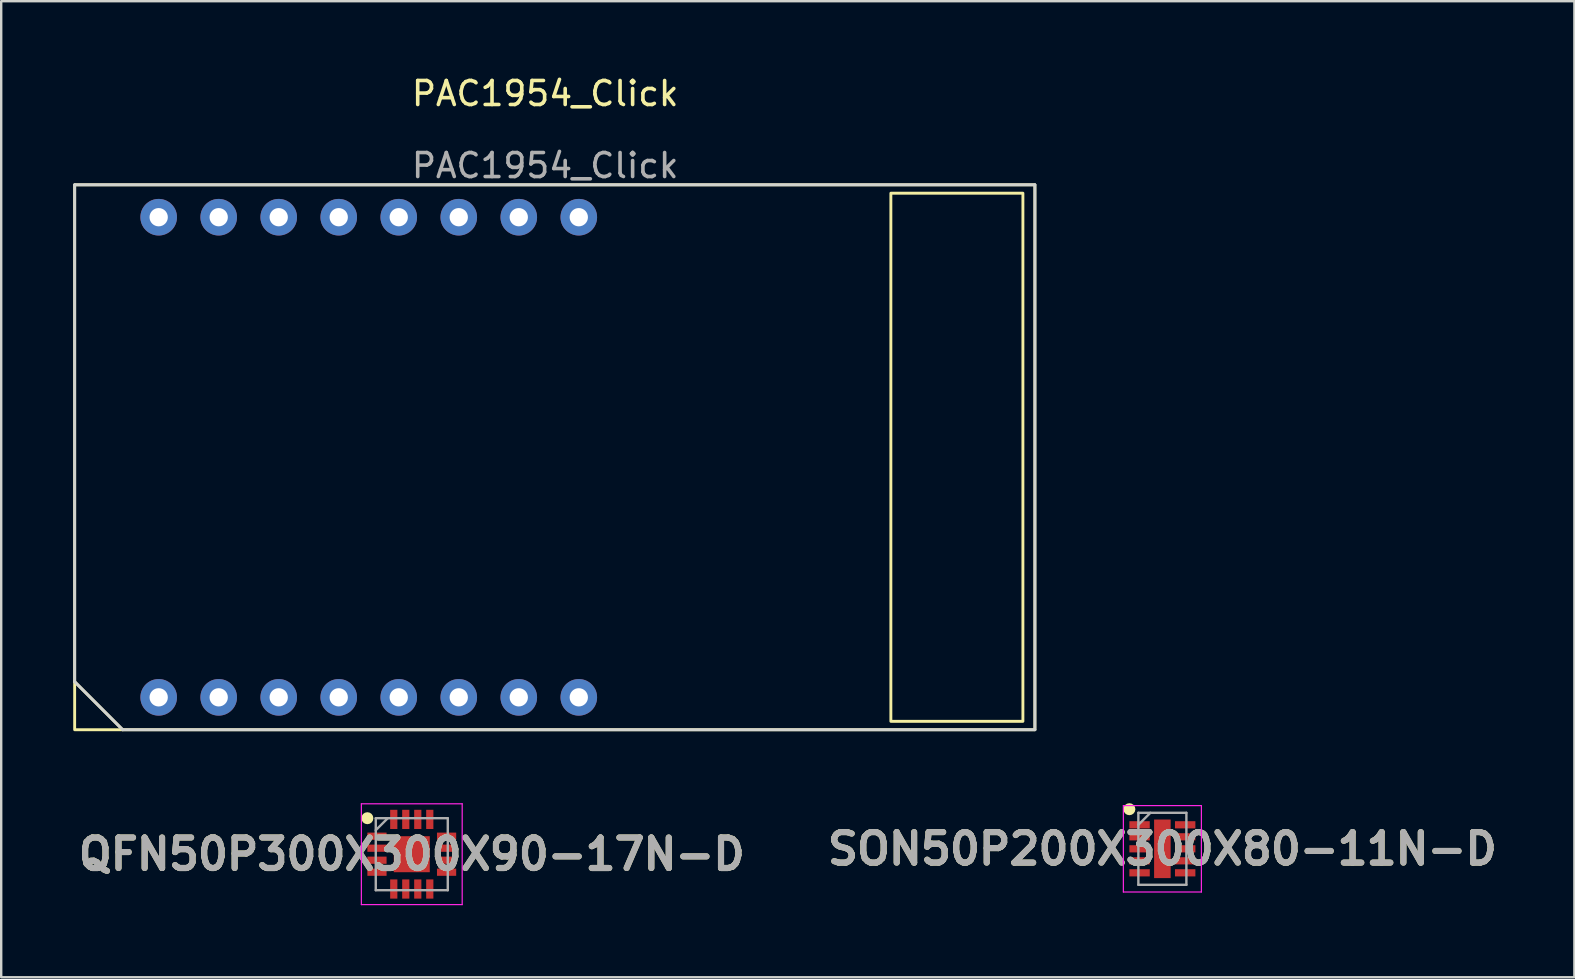
<source format=kicad_pcb>
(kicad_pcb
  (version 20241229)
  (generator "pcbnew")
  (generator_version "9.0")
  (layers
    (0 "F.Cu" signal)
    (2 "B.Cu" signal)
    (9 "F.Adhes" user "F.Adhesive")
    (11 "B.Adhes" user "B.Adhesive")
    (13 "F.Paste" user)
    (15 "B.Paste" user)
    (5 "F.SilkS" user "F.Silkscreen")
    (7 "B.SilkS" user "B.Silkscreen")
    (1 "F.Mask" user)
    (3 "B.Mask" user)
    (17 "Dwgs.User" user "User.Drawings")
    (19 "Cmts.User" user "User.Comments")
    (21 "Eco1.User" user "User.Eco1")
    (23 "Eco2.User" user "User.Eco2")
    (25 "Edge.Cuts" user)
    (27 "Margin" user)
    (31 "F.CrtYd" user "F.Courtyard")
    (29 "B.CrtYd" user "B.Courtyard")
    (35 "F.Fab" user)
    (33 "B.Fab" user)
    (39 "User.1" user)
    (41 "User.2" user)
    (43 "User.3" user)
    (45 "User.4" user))
  (footprint "SON50P200X300X80-11N-D"
    (layer "F.Cu")
    (at 45.37 32.308)
    (property "Reference" "SON50P200X300X80-11N-D" (at 0 0 0) (layer "F.SilkS") (effects (font (size 1.27 1.27) (thickness 0.254))))
    (attr smd)
    (fp_circle (center -1.375 -1.65) (end -1.375 -1.525) (stroke (width 0.25) (type solid)) (fill no) (layer "F.SilkS"))
    (fp_line (start -1.625 -1.8) (end 1.625 -1.8) (stroke (width 0.05) (type solid)) (layer "F.CrtYd"))
    (fp_line (start -1.625 1.8) (end -1.625 -1.8) (stroke (width 0.05) (type solid)) (layer "F.CrtYd"))
    (fp_line (start 1.625 -1.8) (end 1.625 1.8) (stroke (width 0.05) (type solid)) (layer "F.CrtYd"))
    (fp_line (start 1.625 1.8) (end -1.625 1.8) (stroke (width 0.05) (type solid)) (layer "F.CrtYd"))
    (fp_line (start -1 -1.5) (end 1 -1.5) (stroke (width 0.1) (type solid)) (layer "F.Fab"))
    (fp_line (start -1 -1) (end -0.5 -1.5) (stroke (width 0.1) (type solid)) (layer "F.Fab"))
    (fp_line (start -1 1.5) (end -1 -1.5) (stroke (width 0.1) (type solid)) (layer "F.Fab"))
    (fp_line (start 1 -1.5) (end 1 1.5) (stroke (width 0.1) (type solid)) (layer "F.Fab"))
    (fp_line (start 1 1.5) (end -1 1.5) (stroke (width 0.1) (type solid)) (layer "F.Fab"))
    (fp_text user "${REFERENCE}" (at 0 0 0) (layer "F.Fab") (effects (font (size 1.27 1.27) (thickness 0.254))))
    (pad "1" smd rect (at -0.95 -1 90) (size 0.3 0.85) (layers "F.Cu" "F.Mask" "F.Paste"))
    (pad "2" smd rect (at -0.95 -0.5 90) (size 0.3 0.85) (layers "F.Cu" "F.Mask" "F.Paste"))
    (pad "3" smd rect (at -0.95 0 90) (size 0.3 0.85) (layers "F.Cu" "F.Mask" "F.Paste"))
    (pad "4" smd rect (at -0.95 0.5 90) (size 0.3 0.85) (layers "F.Cu" "F.Mask" "F.Paste"))
    (pad "5" smd rect (at -0.95 1 90) (size 0.3 0.85) (layers "F.Cu" "F.Mask" "F.Paste"))
    (pad "6" smd rect (at 0.95 1 90) (size 0.3 0.85) (layers "F.Cu" "F.Mask" "F.Paste"))
    (pad "7" smd rect (at 0.95 0.5 90) (size 0.3 0.85) (layers "F.Cu" "F.Mask" "F.Paste"))
    (pad "8" smd rect (at 0.95 0 90) (size 0.3 0.85) (layers "F.Cu" "F.Mask" "F.Paste"))
    (pad "9" smd rect (at 0.95 -0.5 90) (size 0.3 0.85) (layers "F.Cu" "F.Mask" "F.Paste"))
    (pad "10" smd rect (at 0.95 -1 90) (size 0.3 0.85) (layers "F.Cu" "F.Mask" "F.Paste"))
    (pad "11" smd rect (at 0 0) (size 0.69 2.44) (layers "F.Cu" "F.Mask" "F.Paste")))
  (footprint "PAC1954_Click"
    (layer "F.Cu")
    (at 3.56 25.998)
    (property "Reference" "PAC1954_Click" (at 16.1 -25.15 0) (unlocked yes) (layer "F.SilkS") (effects (font (size 1 1) (thickness 0.15))))
    (attr through_hole)
    (fp_line (start -3.5 -0.65) (end -1.5 1.35) (stroke (width 0.12) (type default)) (layer "F.SilkS"))
    (fp_rect (start -3.5 -21.35) (end 36.5 1.35) (stroke (width 0.12) (type default)) (fill no) (layer "F.SilkS"))
    (fp_rect (start 30.5 -21) (end 36 1) (stroke (width 0.12) (type default)) (fill no) (layer "F.SilkS"))
    (fp_line (start -3.5 -21.35) (end 36.5 -21.35) (stroke (width 0.12) (type default)) (layer "Edge.Cuts"))
    (fp_line (start -3.5 -0.65) (end -3.5 -21.35) (stroke (width 0.12) (type default)) (layer "Edge.Cuts"))
    (fp_line (start -1.5 1.35) (end -3.5 -0.65) (stroke (width 0.12) (type default)) (layer "Edge.Cuts"))
    (fp_line (start 36.5 -21.35) (end 36.5 1.35) (stroke (width 0.12) (type default)) (layer "Edge.Cuts"))
    (fp_line (start 36.5 1.35) (end -1.5 1.35) (stroke (width 0.12) (type default)) (layer "Edge.Cuts"))
    (fp_text user "${REFERENCE}" (at 16.1 -22.15 0) (unlocked yes) (layer "F.Fab") (effects (font (size 1 1) (thickness 0.15))))
    (pad "1" thru_hole circle (at 0 0) (size 1.524 1.524) (drill 0.762) (layers "*.Cu" "*.Mask"))
    (pad "2" thru_hole circle (at 2.5 0) (size 1.524 1.524) (drill 0.762) (layers "*.Cu" "*.Mask"))
    (pad "3" thru_hole circle (at 5 0) (size 1.524 1.524) (drill 0.762) (layers "*.Cu" "*.Mask"))
    (pad "4" thru_hole circle (at 7.5 0) (size 1.524 1.524) (drill 0.762) (layers "*.Cu" "*.Mask"))
    (pad "5" thru_hole circle (at 10 0) (size 1.524 1.524) (drill 0.762) (layers "*.Cu" "*.Mask"))
    (pad "6" thru_hole circle (at 12.5 0) (size 1.524 1.524) (drill 0.762) (layers "*.Cu" "*.Mask"))
    (pad "7" thru_hole circle (at 15 0) (size 1.524 1.524) (drill 0.762) (layers "*.Cu" "*.Mask"))
    (pad "8" thru_hole circle (at 17.5 0) (size 1.524 1.524) (drill 0.762) (layers "*.Cu" "*.Mask"))
    (pad "9" thru_hole circle (at 17.5 -20) (size 1.524 1.524) (drill 0.762) (layers "*.Cu" "*.Mask"))
    (pad "10" thru_hole circle (at 15 -20) (size 1.524 1.524) (drill 0.762) (layers "*.Cu" "*.Mask"))
    (pad "11" thru_hole circle (at 12.5 -20) (size 1.524 1.524) (drill 0.762) (layers "*.Cu" "*.Mask"))
    (pad "12" thru_hole circle (at 10 -20) (size 1.524 1.524) (drill 0.762) (layers "*.Cu" "*.Mask"))
    (pad "13" thru_hole circle (at 7.5 -20) (size 1.524 1.524) (drill 0.762) (layers "*.Cu" "*.Mask"))
    (pad "14" thru_hole circle (at 5 -20) (size 1.524 1.524) (drill 0.762) (layers "*.Cu" "*.Mask"))
    (pad "15" thru_hole circle (at 2.5 -20) (size 1.524 1.524) (drill 0.762) (layers "*.Cu" "*.Mask"))
    (pad "16" thru_hole circle (at 0 -20) (size 1.524 1.524) (drill 0.762) (layers "*.Cu" "*.Mask")))
  (footprint "QFN50P300X300X90-17N-D"
    (layer "F.Cu")
    (at 14.103 32.533)
    (property "Reference" "QFN50P300X300X90-17N-D" (at 0 0 0) (layer "F.SilkS") (effects (font (size 1.27 1.27) (thickness 0.254))))
    (attr smd)
    (fp_circle (center -1.85 -1.5) (end -1.85 -1.375) (stroke (width 0.25) (type solid)) (fill no) (layer "F.SilkS"))
    (fp_line (start -2.1 -2.1) (end 2.1 -2.1) (stroke (width 0.05) (type solid)) (layer "F.CrtYd"))
    (fp_line (start -2.1 2.1) (end -2.1 -2.1) (stroke (width 0.05) (type solid)) (layer "F.CrtYd"))
    (fp_line (start 2.1 -2.1) (end 2.1 2.1) (stroke (width 0.05) (type solid)) (layer "F.CrtYd"))
    (fp_line (start 2.1 2.1) (end -2.1 2.1) (stroke (width 0.05) (type solid)) (layer "F.CrtYd"))
    (fp_line (start -1.5 -1.5) (end 1.5 -1.5) (stroke (width 0.1) (type solid)) (layer "F.Fab"))
    (fp_line (start -1.5 -1) (end -1 -1.5) (stroke (width 0.1) (type solid)) (layer "F.Fab"))
    (fp_line (start -1.5 1.5) (end -1.5 -1.5) (stroke (width 0.1) (type solid)) (layer "F.Fab"))
    (fp_line (start 1.5 -1.5) (end 1.5 1.5) (stroke (width 0.1) (type solid)) (layer "F.Fab"))
    (fp_line (start 1.5 1.5) (end -1.5 1.5) (stroke (width 0.1) (type solid)) (layer "F.Fab"))
    (fp_text user "${REFERENCE}" (at 0 0 0) (layer "F.Fab") (effects (font (size 1.27 1.27) (thickness 0.254))))
    (pad "1" smd rect (at -1.45 -0.75 90) (size 0.3 0.8) (layers "F.Cu" "F.Mask" "F.Paste"))
    (pad "2" smd rect (at -1.45 -0.25 90) (size 0.3 0.8) (layers "F.Cu" "F.Mask" "F.Paste"))
    (pad "3" smd rect (at -1.45 0.25 90) (size 0.3 0.8) (layers "F.Cu" "F.Mask" "F.Paste"))
    (pad "4" smd rect (at -1.45 0.75 90) (size 0.3 0.8) (layers "F.Cu" "F.Mask" "F.Paste"))
    (pad "5" smd rect (at -0.75 1.45) (size 0.3 0.8) (layers "F.Cu" "F.Mask" "F.Paste"))
    (pad "6" smd rect (at -0.25 1.45) (size 0.3 0.8) (layers "F.Cu" "F.Mask" "F.Paste"))
    (pad "7" smd rect (at 0.25 1.45) (size 0.3 0.8) (layers "F.Cu" "F.Mask" "F.Paste"))
    (pad "8" smd rect (at 0.75 1.45) (size 0.3 0.8) (layers "F.Cu" "F.Mask" "F.Paste"))
    (pad "9" smd rect (at 1.45 0.75 90) (size 0.3 0.8) (layers "F.Cu" "F.Mask" "F.Paste"))
    (pad "10" smd rect (at 1.45 0.25 90) (size 0.3 0.8) (layers "F.Cu" "F.Mask" "F.Paste"))
    (pad "11" smd rect (at 1.45 -0.25 90) (size 0.3 0.8) (layers "F.Cu" "F.Mask" "F.Paste"))
    (pad "12" smd rect (at 1.45 -0.75 90) (size 0.3 0.8) (layers "F.Cu" "F.Mask" "F.Paste"))
    (pad "13" smd rect (at 0.75 -1.45) (size 0.3 0.8) (layers "F.Cu" "F.Mask" "F.Paste"))
    (pad "14" smd rect (at 0.25 -1.45) (size 0.3 0.8) (layers "F.Cu" "F.Mask" "F.Paste"))
    (pad "15" smd rect (at -0.25 -1.45) (size 0.3 0.8) (layers "F.Cu" "F.Mask" "F.Paste"))
    (pad "16" smd rect (at -0.75 -1.45) (size 0.3 0.8) (layers "F.Cu" "F.Mask" "F.Paste"))
    (pad "17" smd rect (at 0 0) (size 1.5 1.5) (layers "F.Cu" "F.Mask" "F.Paste")))
  (gr_rect
    (start -3 -3)
    (end 62.533 37.658)
    (stroke (width 0.1) (type default))
    (fill no)
    (layer "Edge.Cuts")))
</source>
